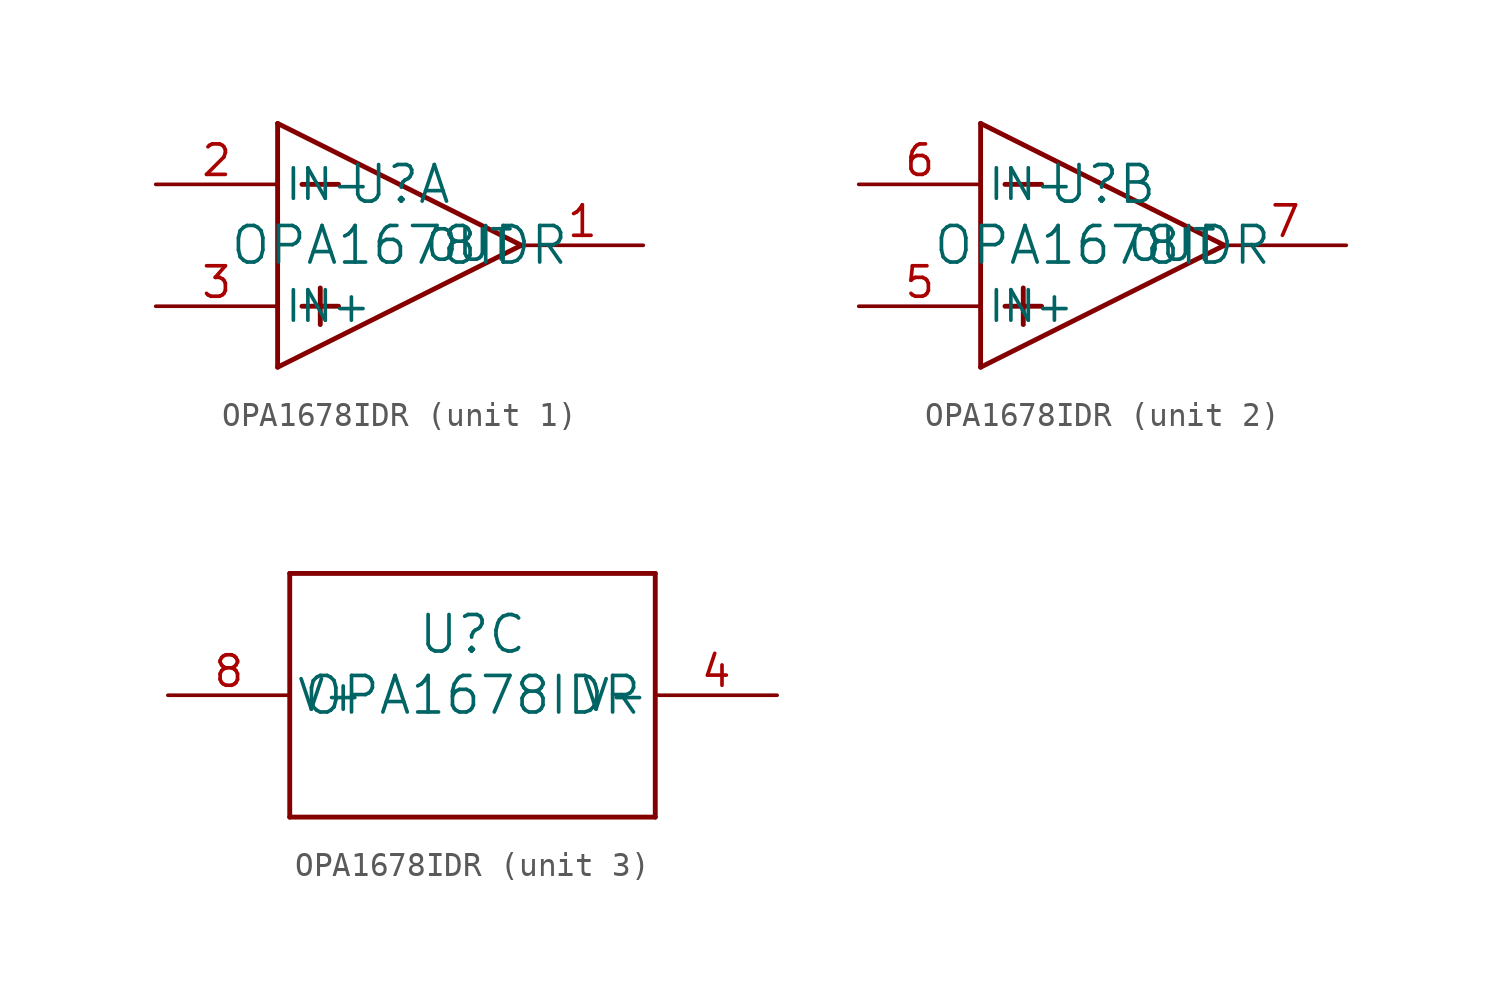
<source format=kicad_sym>
(kicad_symbol_lib
  (version 20211014)
  (generator kicad_symbol_editor)
  (symbol "OPA1678IDR"
    (pin_names
      (offset 0.254))
    (property "Reference" "U"
      (at 0 2.54 0)
      (effects (font (size 1.524 1.524))))
    (property "Value" "OPA1678IDR"
      (at 0 0 0)
      (effects (font (size 1.524 1.524))))
    (symbol "OPA1678IDR_1_1"
      (polyline (pts (xy -5.08 5.08) (xy 5.08 0)) (stroke (width 0.203) (type default) (color 0 0 0 0)) (fill (type none)))
      (polyline (pts (xy -5.08 -5.08) (xy 5.08 0)) (stroke (width 0.203) (type default) (color 0 0 0 0)) (fill (type none)))
      (polyline (pts (xy -5.08 5.08) (xy -5.08 -5.08)) (stroke (width 0.203) (type default) (color 0 0 0 0)) (fill (type none)))
      (polyline (pts (xy -4.064 2.54) (xy -2.54 2.54)) (stroke (width 0.203) (type default) (color 0 0 0 0)) (fill (type none)))
      (polyline (pts (xy -4.064 -2.54) (xy -2.54 -2.54)) (stroke (width 0.203) (type default) (color 0 0 0 0)) (fill (type none)))
      (polyline (pts (xy -3.302 -1.778) (xy -3.302 -3.302)) (stroke (width 0.203) (type default) (color 0 0 0 0)) (fill (type none)))
      (pin output line (at 10.16 0 180) (length 5.08) (name "OUT" (effects (font (size 1.27 1.27)))) (number "1" (effects (font (size 1.27 1.27)))))
      (pin input line (at -10.16 2.54 0) (length 5.08) (name "IN-" (effects (font (size 1.27 1.27)))) (number "2" (effects (font (size 1.27 1.27)))))
      (pin input line (at -10.16 -2.54 0) (length 5.08) (name "IN+" (effects (font (size 1.27 1.27)))) (number "3" (effects (font (size 1.27 1.27))))))
    (symbol "OPA1678IDR_2_1"
      (polyline (pts (xy -5.08 5.08) (xy 5.08 0)) (stroke (width 0.203) (type default) (color 0 0 0 0)) (fill (type none)))
      (polyline (pts (xy -5.08 -5.08) (xy 5.08 0)) (stroke (width 0.203) (type default) (color 0 0 0 0)) (fill (type none)))
      (polyline (pts (xy -5.08 5.08) (xy -5.08 -5.08)) (stroke (width 0.203) (type default) (color 0 0 0 0)) (fill (type none)))
      (polyline (pts (xy -4.064 2.54) (xy -2.54 2.54)) (stroke (width 0.203) (type default) (color 0 0 0 0)) (fill (type none)))
      (polyline (pts (xy -4.064 -2.54) (xy -2.54 -2.54)) (stroke (width 0.203) (type default) (color 0 0 0 0)) (fill (type none)))
      (polyline (pts (xy -3.302 -1.778) (xy -3.302 -3.302)) (stroke (width 0.203) (type default) (color 0 0 0 0)) (fill (type none)))
      (pin input line (at -10.16 -2.54 0) (length 5.08) (name "IN+" (effects (font (size 1.27 1.27)))) (number "5" (effects (font (size 1.27 1.27)))))
      (pin input line (at -10.16 2.54 0) (length 5.08) (name "IN-" (effects (font (size 1.27 1.27)))) (number "6" (effects (font (size 1.27 1.27)))))
      (pin output line (at 10.16 0 180) (length 5.08) (name "OUT" (effects (font (size 1.27 1.27)))) (number "7" (effects (font (size 1.27 1.27))))))
    (symbol "OPA1678IDR_3_1"
      (polyline (pts (xy -7.62 -5.08) (xy 7.62 -5.08)) (stroke (width 0.203) (type default) (color 0 0 0 0)) (fill (type none)))
      (polyline (pts (xy 7.62 -5.08) (xy 7.62 5.08)) (stroke (width 0.203) (type default) (color 0 0 0 0)) (fill (type none)))
      (polyline (pts (xy 7.62 5.08) (xy -7.62 5.08)) (stroke (width 0.203) (type default) (color 0 0 0 0)) (fill (type none)))
      (polyline (pts (xy -7.62 5.08) (xy -7.62 -5.08)) (stroke (width 0.203) (type default) (color 0 0 0 0)) (fill (type none)))
      (pin power_in line (at 12.7 0 180) (length 5.08) (name "V-" (effects (font (size 1.27 1.27)))) (number "4" (effects (font (size 1.27 1.27)))))
      (pin power_in line (at -12.7 0 0) (length 5.08) (name "V+" (effects (font (size 1.27 1.27)))) (number "8" (effects (font (size 1.27 1.27))))))))
</source>
